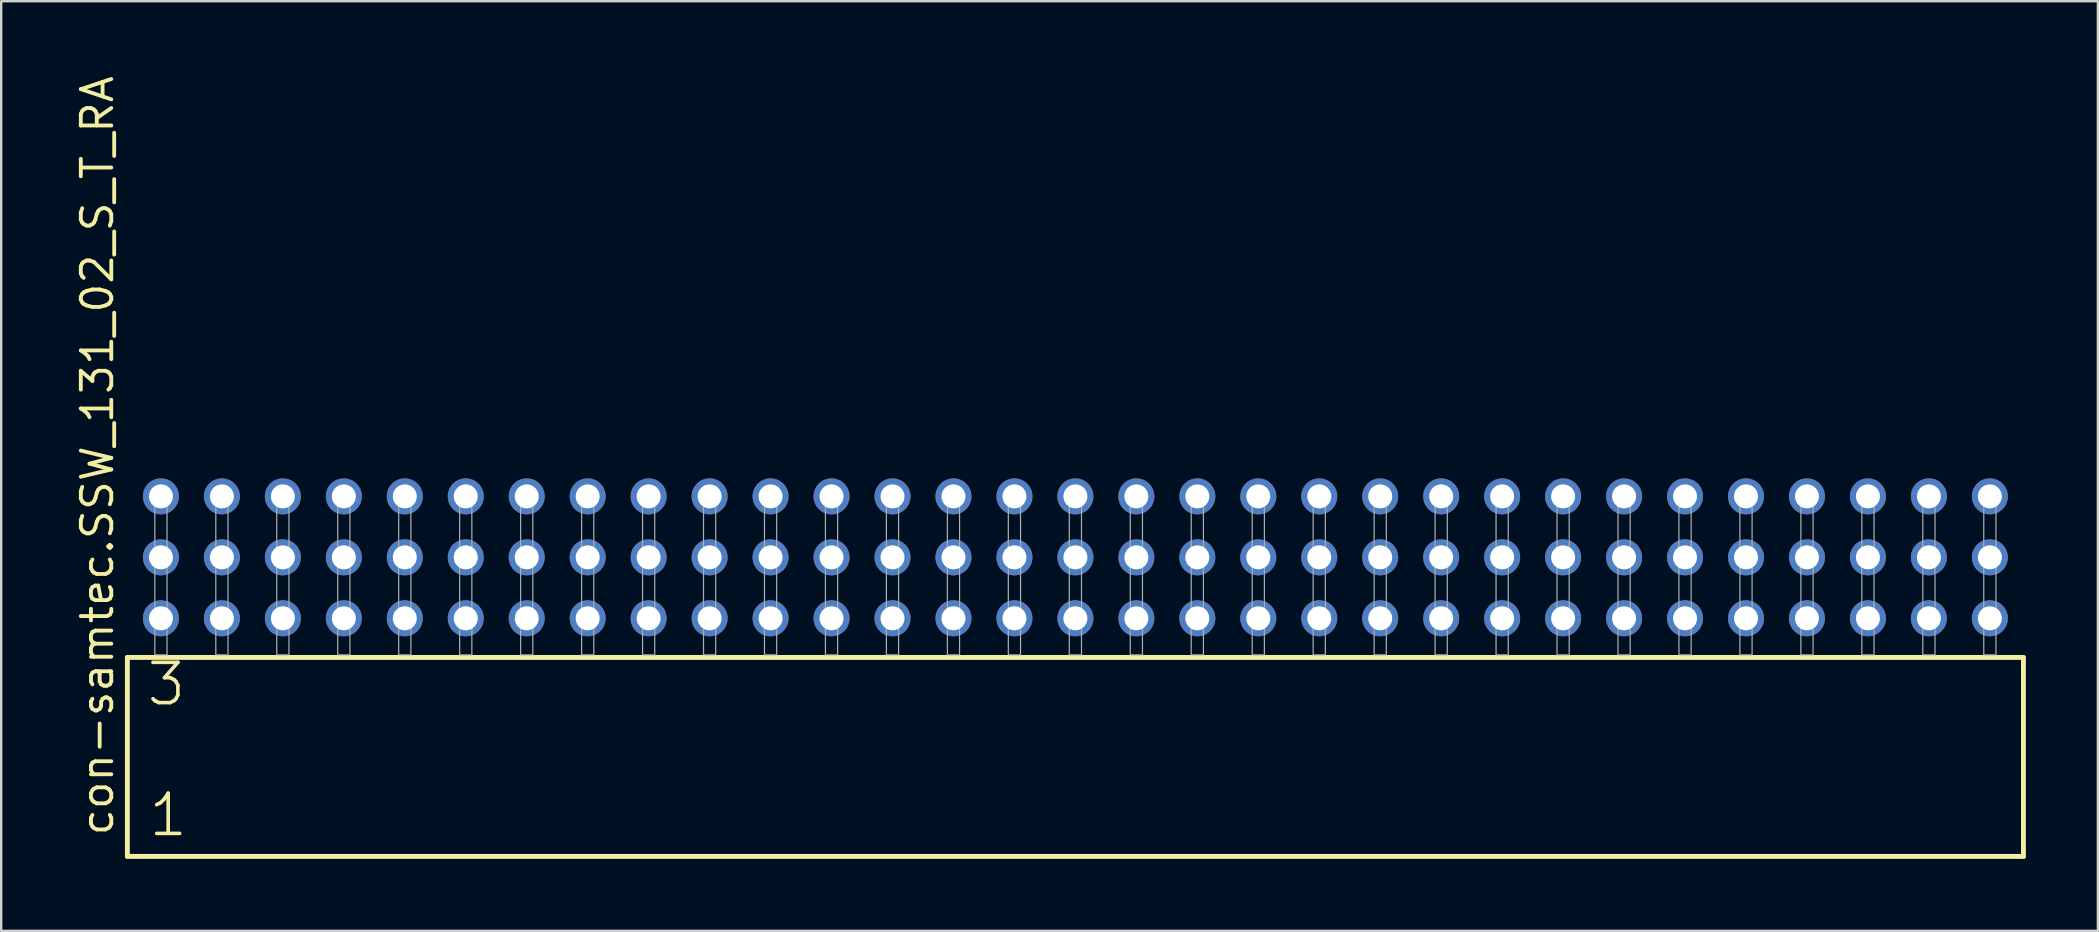
<source format=kicad_pcb>
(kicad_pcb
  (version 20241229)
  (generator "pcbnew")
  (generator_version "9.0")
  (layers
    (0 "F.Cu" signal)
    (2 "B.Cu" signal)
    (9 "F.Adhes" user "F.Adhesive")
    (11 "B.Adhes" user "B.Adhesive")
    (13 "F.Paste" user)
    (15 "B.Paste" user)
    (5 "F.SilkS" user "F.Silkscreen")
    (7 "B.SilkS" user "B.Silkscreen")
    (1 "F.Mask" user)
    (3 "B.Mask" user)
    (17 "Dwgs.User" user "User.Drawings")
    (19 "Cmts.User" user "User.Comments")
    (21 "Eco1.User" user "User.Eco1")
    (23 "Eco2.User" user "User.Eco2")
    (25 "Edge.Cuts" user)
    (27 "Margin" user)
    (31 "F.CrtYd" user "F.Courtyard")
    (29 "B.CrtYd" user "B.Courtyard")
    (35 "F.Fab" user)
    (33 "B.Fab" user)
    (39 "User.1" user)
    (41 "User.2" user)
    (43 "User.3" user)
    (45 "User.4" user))
  (footprint "con-samtec.SSW_131_02_S_T_RA"
    (layer "F.Cu")
    (at 41.755 24.235)
    (property "Reference" "con-samtec.SSW_131_02_S_T_RA" (at -40.005 7.62 90) (layer "F.SilkS") (effects (font (size 1.27 1.27) (thickness 0.16)) (justify left bottom)))
    (attr through_hole)
    (fp_line (start -39.499 0.106) (end -39.499 8.396) (stroke (width 0.203) (type default)) (layer "F.SilkS"))
    (fp_line (start -39.499 8.396) (end 39.499 8.396) (stroke (width 0.203) (type default)) (layer "F.SilkS"))
    (fp_line (start 39.499 0.106) (end -39.499 0.106) (stroke (width 0.203) (type default)) (layer "F.SilkS"))
    (fp_line (start 39.499 8.396) (end 39.499 0.106) (stroke (width 0.203) (type default)) (layer "F.SilkS"))
    (fp_rect (start -38.354 0) (end -37.846 -6.858) (stroke (width 0.05) (type default)) (fill no) (layer "F.Fab"))
    (fp_rect (start -35.814 0) (end -35.306 -6.858) (stroke (width 0.05) (type default)) (fill no) (layer "F.Fab"))
    (fp_rect (start -33.274 0) (end -32.766 -6.858) (stroke (width 0.05) (type default)) (fill no) (layer "F.Fab"))
    (fp_rect (start -30.734 0) (end -30.226 -6.858) (stroke (width 0.05) (type default)) (fill no) (layer "F.Fab"))
    (fp_rect (start -28.194 0) (end -27.686 -6.858) (stroke (width 0.05) (type default)) (fill no) (layer "F.Fab"))
    (fp_rect (start -25.654 0) (end -25.146 -6.858) (stroke (width 0.05) (type default)) (fill no) (layer "F.Fab"))
    (fp_rect (start -23.114 0) (end -22.606 -6.858) (stroke (width 0.05) (type default)) (fill no) (layer "F.Fab"))
    (fp_rect (start -20.574 0) (end -20.066 -6.858) (stroke (width 0.05) (type default)) (fill no) (layer "F.Fab"))
    (fp_rect (start -18.034 0) (end -17.526 -6.858) (stroke (width 0.05) (type default)) (fill no) (layer "F.Fab"))
    (fp_rect (start -15.494 0) (end -14.986 -6.858) (stroke (width 0.05) (type default)) (fill no) (layer "F.Fab"))
    (fp_rect (start -12.954 0) (end -12.446 -6.858) (stroke (width 0.05) (type default)) (fill no) (layer "F.Fab"))
    (fp_rect (start -10.414 0) (end -9.906 -6.858) (stroke (width 0.05) (type default)) (fill no) (layer "F.Fab"))
    (fp_rect (start -7.874 0) (end -7.366 -6.858) (stroke (width 0.05) (type default)) (fill no) (layer "F.Fab"))
    (fp_rect (start -5.334 0) (end -4.826 -6.858) (stroke (width 0.05) (type default)) (fill no) (layer "F.Fab"))
    (fp_rect (start -2.794 0) (end -2.286 -6.858) (stroke (width 0.05) (type default)) (fill no) (layer "F.Fab"))
    (fp_rect (start -0.254 0) (end 0.254 -6.858) (stroke (width 0.05) (type default)) (fill no) (layer "F.Fab"))
    (fp_rect (start 2.286 0) (end 2.794 -6.858) (stroke (width 0.05) (type default)) (fill no) (layer "F.Fab"))
    (fp_rect (start 4.826 0) (end 5.334 -6.858) (stroke (width 0.05) (type default)) (fill no) (layer "F.Fab"))
    (fp_rect (start 7.366 0) (end 7.874 -6.858) (stroke (width 0.05) (type default)) (fill no) (layer "F.Fab"))
    (fp_rect (start 9.906 0) (end 10.414 -6.858) (stroke (width 0.05) (type default)) (fill no) (layer "F.Fab"))
    (fp_rect (start 12.446 0) (end 12.954 -6.858) (stroke (width 0.05) (type default)) (fill no) (layer "F.Fab"))
    (fp_rect (start 14.986 0) (end 15.494 -6.858) (stroke (width 0.05) (type default)) (fill no) (layer "F.Fab"))
    (fp_rect (start 17.526 0) (end 18.034 -6.858) (stroke (width 0.05) (type default)) (fill no) (layer "F.Fab"))
    (fp_rect (start 20.066 0) (end 20.574 -6.858) (stroke (width 0.05) (type default)) (fill no) (layer "F.Fab"))
    (fp_rect (start 22.606 0) (end 23.114 -6.858) (stroke (width 0.05) (type default)) (fill no) (layer "F.Fab"))
    (fp_rect (start 25.146 0) (end 25.654 -6.858) (stroke (width 0.05) (type default)) (fill no) (layer "F.Fab"))
    (fp_rect (start 27.686 0) (end 28.194 -6.858) (stroke (width 0.05) (type default)) (fill no) (layer "F.Fab"))
    (fp_rect (start 30.226 0) (end 30.734 -6.858) (stroke (width 0.05) (type default)) (fill no) (layer "F.Fab"))
    (fp_rect (start 32.766 0) (end 33.274 -6.858) (stroke (width 0.05) (type default)) (fill no) (layer "F.Fab"))
    (fp_rect (start 35.306 0) (end 35.814 -6.858) (stroke (width 0.05) (type default)) (fill no) (layer "F.Fab"))
    (fp_rect (start 37.846 0) (end 38.354 -6.858) (stroke (width 0.05) (type default)) (fill no) (layer "F.Fab"))
    (fp_text user "1" (at -38.695 7.65 0) (layer "F.SilkS") (effects (font (size 1.676 1.676) (thickness 0.15)) (justify left bottom)))
    (fp_text user "3" (at -38.77 2.2 0) (layer "F.SilkS") (effects (font (size 1.676 1.676) (thickness 0.15)) (justify left bottom)))
    (pad "1" thru_hole circle (at -38.1 -1.524) (size 1.5 1.5) (drill 1) (layers "*.Cu" "*.Mask"))
    (pad "2" thru_hole circle (at -38.1 -4.064) (size 1.5 1.5) (drill 1) (layers "*.Cu" "*.Mask"))
    (pad "3" thru_hole circle (at -38.1 -6.604) (size 1.5 1.5) (drill 1) (layers "*.Cu" "*.Mask"))
    (pad "4" thru_hole circle (at -35.56 -1.524) (size 1.5 1.5) (drill 1) (layers "*.Cu" "*.Mask"))
    (pad "5" thru_hole circle (at -35.56 -4.064) (size 1.5 1.5) (drill 1) (layers "*.Cu" "*.Mask"))
    (pad "6" thru_hole circle (at -35.56 -6.604) (size 1.5 1.5) (drill 1) (layers "*.Cu" "*.Mask"))
    (pad "7" thru_hole circle (at -33.02 -1.524) (size 1.5 1.5) (drill 1) (layers "*.Cu" "*.Mask"))
    (pad "8" thru_hole circle (at -33.02 -4.064) (size 1.5 1.5) (drill 1) (layers "*.Cu" "*.Mask"))
    (pad "9" thru_hole circle (at -33.02 -6.604) (size 1.5 1.5) (drill 1) (layers "*.Cu" "*.Mask"))
    (pad "10" thru_hole circle (at -30.48 -1.524) (size 1.5 1.5) (drill 1) (layers "*.Cu" "*.Mask"))
    (pad "11" thru_hole circle (at -30.48 -4.064) (size 1.5 1.5) (drill 1) (layers "*.Cu" "*.Mask"))
    (pad "12" thru_hole circle (at -30.48 -6.604) (size 1.5 1.5) (drill 1) (layers "*.Cu" "*.Mask"))
    (pad "13" thru_hole circle (at -27.94 -1.524) (size 1.5 1.5) (drill 1) (layers "*.Cu" "*.Mask"))
    (pad "14" thru_hole circle (at -27.94 -4.064) (size 1.5 1.5) (drill 1) (layers "*.Cu" "*.Mask"))
    (pad "15" thru_hole circle (at -27.94 -6.604) (size 1.5 1.5) (drill 1) (layers "*.Cu" "*.Mask"))
    (pad "16" thru_hole circle (at -25.4 -1.524) (size 1.5 1.5) (drill 1) (layers "*.Cu" "*.Mask"))
    (pad "17" thru_hole circle (at -25.4 -4.064) (size 1.5 1.5) (drill 1) (layers "*.Cu" "*.Mask"))
    (pad "18" thru_hole circle (at -25.4 -6.604) (size 1.5 1.5) (drill 1) (layers "*.Cu" "*.Mask"))
    (pad "19" thru_hole circle (at -22.86 -1.524) (size 1.5 1.5) (drill 1) (layers "*.Cu" "*.Mask"))
    (pad "20" thru_hole circle (at -22.86 -4.064) (size 1.5 1.5) (drill 1) (layers "*.Cu" "*.Mask"))
    (pad "21" thru_hole circle (at -22.86 -6.604) (size 1.5 1.5) (drill 1) (layers "*.Cu" "*.Mask"))
    (pad "22" thru_hole circle (at -20.32 -1.524) (size 1.5 1.5) (drill 1) (layers "*.Cu" "*.Mask"))
    (pad "23" thru_hole circle (at -20.32 -4.064) (size 1.5 1.5) (drill 1) (layers "*.Cu" "*.Mask"))
    (pad "24" thru_hole circle (at -20.32 -6.604) (size 1.5 1.5) (drill 1) (layers "*.Cu" "*.Mask"))
    (pad "25" thru_hole circle (at -17.78 -1.524) (size 1.5 1.5) (drill 1) (layers "*.Cu" "*.Mask"))
    (pad "26" thru_hole circle (at -17.78 -4.064) (size 1.5 1.5) (drill 1) (layers "*.Cu" "*.Mask"))
    (pad "27" thru_hole circle (at -17.78 -6.604) (size 1.5 1.5) (drill 1) (layers "*.Cu" "*.Mask"))
    (pad "28" thru_hole circle (at -15.24 -1.524) (size 1.5 1.5) (drill 1) (layers "*.Cu" "*.Mask"))
    (pad "29" thru_hole circle (at -15.24 -4.064) (size 1.5 1.5) (drill 1) (layers "*.Cu" "*.Mask"))
    (pad "30" thru_hole circle (at -15.24 -6.604) (size 1.5 1.5) (drill 1) (layers "*.Cu" "*.Mask"))
    (pad "31" thru_hole circle (at -12.7 -1.524) (size 1.5 1.5) (drill 1) (layers "*.Cu" "*.Mask"))
    (pad "32" thru_hole circle (at -12.7 -4.064) (size 1.5 1.5) (drill 1) (layers "*.Cu" "*.Mask"))
    (pad "33" thru_hole circle (at -12.7 -6.604) (size 1.5 1.5) (drill 1) (layers "*.Cu" "*.Mask"))
    (pad "34" thru_hole circle (at -10.16 -1.524) (size 1.5 1.5) (drill 1) (layers "*.Cu" "*.Mask"))
    (pad "35" thru_hole circle (at -10.16 -4.064) (size 1.5 1.5) (drill 1) (layers "*.Cu" "*.Mask"))
    (pad "36" thru_hole circle (at -10.16 -6.604) (size 1.5 1.5) (drill 1) (layers "*.Cu" "*.Mask"))
    (pad "37" thru_hole circle (at -7.62 -1.524) (size 1.5 1.5) (drill 1) (layers "*.Cu" "*.Mask"))
    (pad "38" thru_hole circle (at -7.62 -4.064) (size 1.5 1.5) (drill 1) (layers "*.Cu" "*.Mask"))
    (pad "39" thru_hole circle (at -7.62 -6.604) (size 1.5 1.5) (drill 1) (layers "*.Cu" "*.Mask"))
    (pad "40" thru_hole circle (at -5.08 -1.524) (size 1.5 1.5) (drill 1) (layers "*.Cu" "*.Mask"))
    (pad "41" thru_hole circle (at -5.08 -4.064) (size 1.5 1.5) (drill 1) (layers "*.Cu" "*.Mask"))
    (pad "42" thru_hole circle (at -5.08 -6.604) (size 1.5 1.5) (drill 1) (layers "*.Cu" "*.Mask"))
    (pad "43" thru_hole circle (at -2.54 -1.524) (size 1.5 1.5) (drill 1) (layers "*.Cu" "*.Mask"))
    (pad "44" thru_hole circle (at -2.54 -4.064) (size 1.5 1.5) (drill 1) (layers "*.Cu" "*.Mask"))
    (pad "45" thru_hole circle (at -2.54 -6.604) (size 1.5 1.5) (drill 1) (layers "*.Cu" "*.Mask"))
    (pad "46" thru_hole circle (at 0 -1.524) (size 1.5 1.5) (drill 1) (layers "*.Cu" "*.Mask"))
    (pad "47" thru_hole circle (at 0 -4.064) (size 1.5 1.5) (drill 1) (layers "*.Cu" "*.Mask"))
    (pad "48" thru_hole circle (at 0 -6.604) (size 1.5 1.5) (drill 1) (layers "*.Cu" "*.Mask"))
    (pad "49" thru_hole circle (at 2.54 -1.524) (size 1.5 1.5) (drill 1) (layers "*.Cu" "*.Mask"))
    (pad "50" thru_hole circle (at 2.54 -4.064) (size 1.5 1.5) (drill 1) (layers "*.Cu" "*.Mask"))
    (pad "51" thru_hole circle (at 2.54 -6.604) (size 1.5 1.5) (drill 1) (layers "*.Cu" "*.Mask"))
    (pad "52" thru_hole circle (at 5.08 -1.524) (size 1.5 1.5) (drill 1) (layers "*.Cu" "*.Mask"))
    (pad "53" thru_hole circle (at 5.08 -4.064) (size 1.5 1.5) (drill 1) (layers "*.Cu" "*.Mask"))
    (pad "54" thru_hole circle (at 5.08 -6.604) (size 1.5 1.5) (drill 1) (layers "*.Cu" "*.Mask"))
    (pad "55" thru_hole circle (at 7.62 -1.524) (size 1.5 1.5) (drill 1) (layers "*.Cu" "*.Mask"))
    (pad "56" thru_hole circle (at 7.62 -4.064) (size 1.5 1.5) (drill 1) (layers "*.Cu" "*.Mask"))
    (pad "57" thru_hole circle (at 7.62 -6.604) (size 1.5 1.5) (drill 1) (layers "*.Cu" "*.Mask"))
    (pad "58" thru_hole circle (at 10.16 -1.524) (size 1.5 1.5) (drill 1) (layers "*.Cu" "*.Mask"))
    (pad "59" thru_hole circle (at 10.16 -4.064) (size 1.5 1.5) (drill 1) (layers "*.Cu" "*.Mask"))
    (pad "60" thru_hole circle (at 10.16 -6.604) (size 1.5 1.5) (drill 1) (layers "*.Cu" "*.Mask"))
    (pad "61" thru_hole circle (at 12.7 -1.524) (size 1.5 1.5) (drill 1) (layers "*.Cu" "*.Mask"))
    (pad "62" thru_hole circle (at 12.7 -4.064) (size 1.5 1.5) (drill 1) (layers "*.Cu" "*.Mask"))
    (pad "63" thru_hole circle (at 12.7 -6.604) (size 1.5 1.5) (drill 1) (layers "*.Cu" "*.Mask"))
    (pad "64" thru_hole circle (at 15.24 -1.524) (size 1.5 1.5) (drill 1) (layers "*.Cu" "*.Mask"))
    (pad "65" thru_hole circle (at 15.24 -4.064) (size 1.5 1.5) (drill 1) (layers "*.Cu" "*.Mask"))
    (pad "66" thru_hole circle (at 15.24 -6.604) (size 1.5 1.5) (drill 1) (layers "*.Cu" "*.Mask"))
    (pad "67" thru_hole circle (at 17.78 -1.524) (size 1.5 1.5) (drill 1) (layers "*.Cu" "*.Mask"))
    (pad "68" thru_hole circle (at 17.78 -4.064) (size 1.5 1.5) (drill 1) (layers "*.Cu" "*.Mask"))
    (pad "69" thru_hole circle (at 17.78 -6.604) (size 1.5 1.5) (drill 1) (layers "*.Cu" "*.Mask"))
    (pad "70" thru_hole circle (at 20.32 -1.524) (size 1.5 1.5) (drill 1) (layers "*.Cu" "*.Mask"))
    (pad "71" thru_hole circle (at 20.32 -4.064) (size 1.5 1.5) (drill 1) (layers "*.Cu" "*.Mask"))
    (pad "72" thru_hole circle (at 20.32 -6.604) (size 1.5 1.5) (drill 1) (layers "*.Cu" "*.Mask"))
    (pad "73" thru_hole circle (at 22.86 -1.524) (size 1.5 1.5) (drill 1) (layers "*.Cu" "*.Mask"))
    (pad "74" thru_hole circle (at 22.86 -4.064) (size 1.5 1.5) (drill 1) (layers "*.Cu" "*.Mask"))
    (pad "75" thru_hole circle (at 22.86 -6.604) (size 1.5 1.5) (drill 1) (layers "*.Cu" "*.Mask"))
    (pad "76" thru_hole circle (at 25.4 -1.524) (size 1.5 1.5) (drill 1) (layers "*.Cu" "*.Mask"))
    (pad "77" thru_hole circle (at 25.4 -4.064) (size 1.5 1.5) (drill 1) (layers "*.Cu" "*.Mask"))
    (pad "78" thru_hole circle (at 25.4 -6.604) (size 1.5 1.5) (drill 1) (layers "*.Cu" "*.Mask"))
    (pad "79" thru_hole circle (at 27.94 -1.524) (size 1.5 1.5) (drill 1) (layers "*.Cu" "*.Mask"))
    (pad "80" thru_hole circle (at 27.94 -4.064) (size 1.5 1.5) (drill 1) (layers "*.Cu" "*.Mask"))
    (pad "81" thru_hole circle (at 27.94 -6.604) (size 1.5 1.5) (drill 1) (layers "*.Cu" "*.Mask"))
    (pad "82" thru_hole circle (at 30.48 -1.524) (size 1.5 1.5) (drill 1) (layers "*.Cu" "*.Mask"))
    (pad "83" thru_hole circle (at 30.48 -4.064) (size 1.5 1.5) (drill 1) (layers "*.Cu" "*.Mask"))
    (pad "84" thru_hole circle (at 30.48 -6.604) (size 1.5 1.5) (drill 1) (layers "*.Cu" "*.Mask"))
    (pad "85" thru_hole circle (at 33.02 -1.524) (size 1.5 1.5) (drill 1) (layers "*.Cu" "*.Mask"))
    (pad "86" thru_hole circle (at 33.02 -4.064) (size 1.5 1.5) (drill 1) (layers "*.Cu" "*.Mask"))
    (pad "87" thru_hole circle (at 33.02 -6.604) (size 1.5 1.5) (drill 1) (layers "*.Cu" "*.Mask"))
    (pad "88" thru_hole circle (at 35.56 -1.524) (size 1.5 1.5) (drill 1) (layers "*.Cu" "*.Mask"))
    (pad "89" thru_hole circle (at 35.56 -4.064) (size 1.5 1.5) (drill 1) (layers "*.Cu" "*.Mask"))
    (pad "90" thru_hole circle (at 35.56 -6.604) (size 1.5 1.5) (drill 1) (layers "*.Cu" "*.Mask"))
    (pad "91" thru_hole circle (at 38.1 -1.524) (size 1.5 1.5) (drill 1) (layers "*.Cu" "*.Mask"))
    (pad "92" thru_hole circle (at 38.1 -4.064) (size 1.5 1.5) (drill 1) (layers "*.Cu" "*.Mask"))
    (pad "93" thru_hole circle (at 38.1 -6.604) (size 1.5 1.5) (drill 1) (layers "*.Cu" "*.Mask")))
  (gr_rect
    (start -3 -3)
    (end 84.356 35.733)
    (stroke (width 0.1) (type default))
    (fill no)
    (layer "Edge.Cuts")))
</source>
